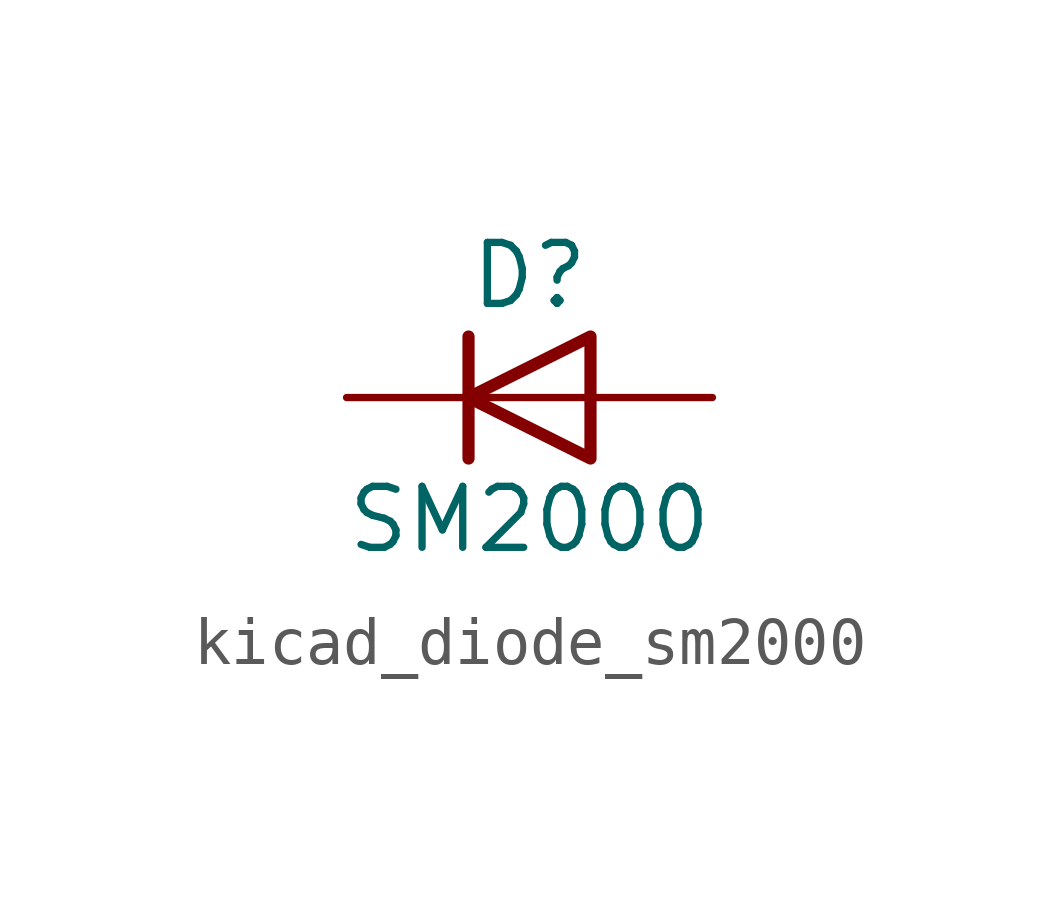
<source format=kicad_sym>
(kicad_symbol_lib
  (version 20220914)
  (generator kicad_symbol_editor)
  (symbol "kicad_diode_sm2000"
    (pin_numbers hide)
    (pin_names hide)
    (property "Reference" "D"
      (at 0 2.54 0)
      (effects (font (size 1.27 1.27))))
    (property "Value" "SM2000"
      (at 0 -2.54 0)
      (effects (font (size 1.27 1.27))))
    (symbol "kicad_diode_sm2000_0_1"
      (polyline (pts (xy -1.27 1.27) (xy -1.27 -1.27)) (stroke (width 0.254) (type default)) (fill (type none)))
      (polyline (pts (xy 1.27 0) (xy -1.27 0)) (stroke (width 0) (type default)) (fill (type none)))
      (polyline (pts (xy 1.27 1.27) (xy 1.27 -1.27) (xy -1.27 0) (xy 1.27 1.27)) (stroke (width 0.254) (type default)) (fill (type none))))
    (symbol "kicad_diode_sm2000_1_1"
      (pin passive line (at -3.81 0 0) (length 2.54) (name "K" (effects (font (size 1.27 1.27)))) (number "1" (effects (font (size 1.27 1.27)))))
      (pin passive line (at 3.81 0 180) (length 2.54) (name "A" (effects (font (size 1.27 1.27)))) (number "2" (effects (font (size 1.27 1.27))))))))
</source>
